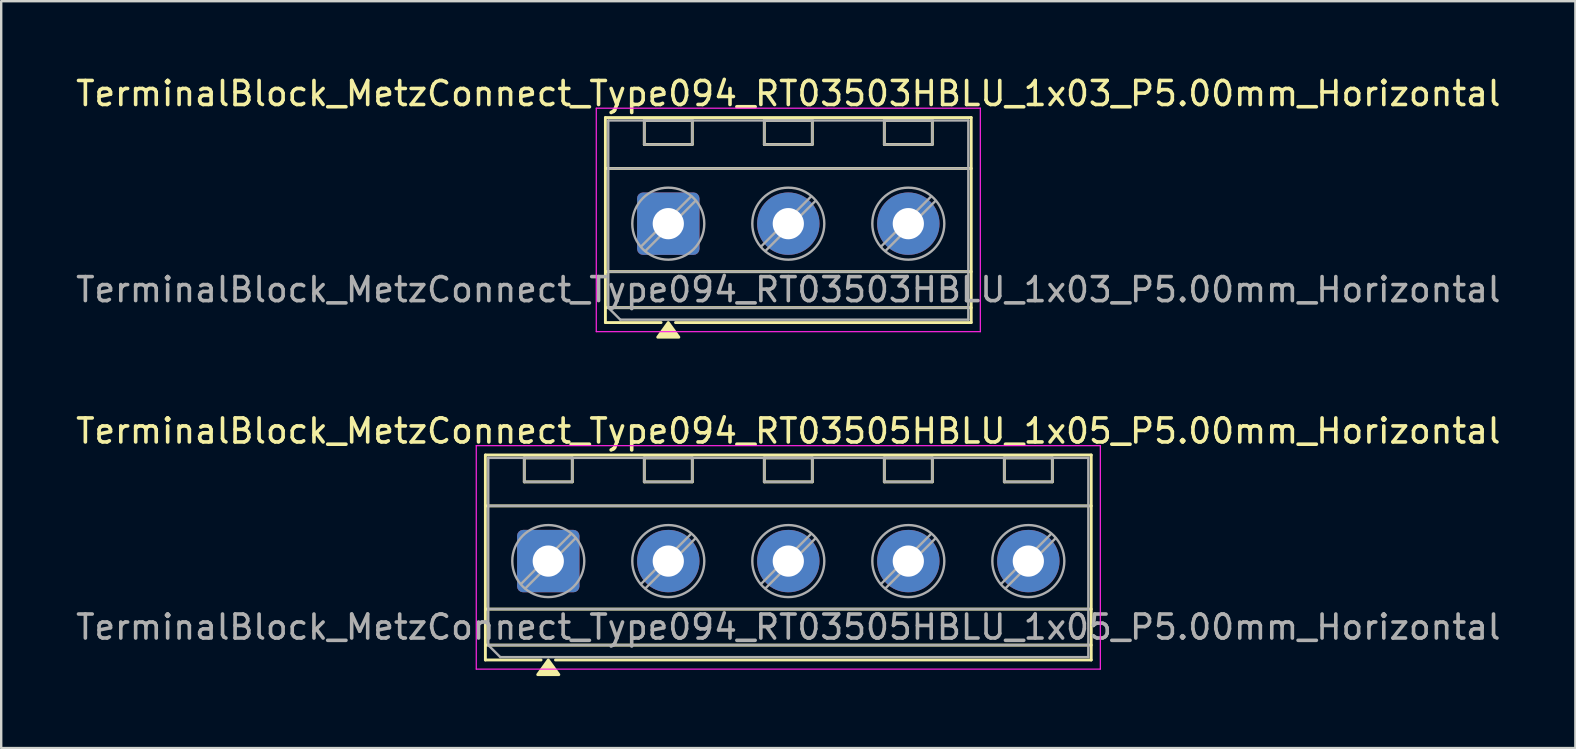
<source format=kicad_pcb>
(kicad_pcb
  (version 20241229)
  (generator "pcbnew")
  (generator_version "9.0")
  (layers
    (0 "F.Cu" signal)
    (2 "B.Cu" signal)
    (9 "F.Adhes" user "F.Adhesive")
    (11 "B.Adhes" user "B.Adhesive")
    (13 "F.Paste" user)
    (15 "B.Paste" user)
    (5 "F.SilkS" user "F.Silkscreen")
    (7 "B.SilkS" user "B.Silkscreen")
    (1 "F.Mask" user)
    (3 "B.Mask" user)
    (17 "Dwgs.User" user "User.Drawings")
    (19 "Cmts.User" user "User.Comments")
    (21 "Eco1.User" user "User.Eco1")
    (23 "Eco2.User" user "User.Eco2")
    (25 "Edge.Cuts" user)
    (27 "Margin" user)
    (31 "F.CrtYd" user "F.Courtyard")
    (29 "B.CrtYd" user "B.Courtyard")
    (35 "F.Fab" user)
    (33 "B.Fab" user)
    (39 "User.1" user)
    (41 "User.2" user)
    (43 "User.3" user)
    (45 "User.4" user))
  (footprint "TerminalBlock_MetzConnect_Type094_RT03503HBLU_1x03_P5.00mm_Horizontal"
    (layer "F.Cu")
    (at 24.792 6.268)
    (property "Reference" "TerminalBlock_MetzConnect_Type094_RT03503HBLU_1x03_P5.00mm_Horizontal" (at 5 -5.42 0) (layer "F.SilkS") (effects (font (size 1 1) (thickness 0.15))))
    (attr through_hole)
    (fp_line (start -2.62 -4.42) (end 12.62 -4.42) (stroke (width 0.12) (type solid)) (layer "F.SilkS"))
    (fp_line (start -2.62 -2.3) (end 12.62 -2.3) (stroke (width 0.12) (type solid)) (layer "F.SilkS"))
    (fp_line (start -2.62 2) (end 12.62 2) (stroke (width 0.12) (type solid)) (layer "F.SilkS"))
    (fp_line (start -2.62 3.5) (end 12.62 3.5) (stroke (width 0.12) (type solid)) (layer "F.SilkS"))
    (fp_line (start -2.62 4.12) (end -2.62 -4.42) (stroke (width 0.12) (type solid)) (layer "F.SilkS"))
    (fp_line (start -1 -4.3) (end 1 -4.3) (stroke (width 0.12) (type solid)) (layer "F.SilkS"))
    (fp_line (start -1 -3.3) (end -1 -4.3) (stroke (width 0.12) (type solid)) (layer "F.SilkS"))
    (fp_line (start -0.3 4.12) (end -2.62 4.12) (stroke (width 0.12) (type solid)) (layer "F.SilkS"))
    (fp_line (start 1 -4.3) (end 1 -3.3) (stroke (width 0.12) (type solid)) (layer "F.SilkS"))
    (fp_line (start 1 -3.3) (end -1 -3.3) (stroke (width 0.12) (type solid)) (layer "F.SilkS"))
    (fp_line (start 4 -4.3) (end 6 -4.3) (stroke (width 0.12) (type solid)) (layer "F.SilkS"))
    (fp_line (start 4 -3.3) (end 4 -4.3) (stroke (width 0.12) (type solid)) (layer "F.SilkS"))
    (fp_line (start 6 -4.3) (end 6 -3.3) (stroke (width 0.12) (type solid)) (layer "F.SilkS"))
    (fp_line (start 6 -3.3) (end 4 -3.3) (stroke (width 0.12) (type solid)) (layer "F.SilkS"))
    (fp_line (start 9 -4.3) (end 11 -4.3) (stroke (width 0.12) (type solid)) (layer "F.SilkS"))
    (fp_line (start 9 -3.3) (end 9 -4.3) (stroke (width 0.12) (type solid)) (layer "F.SilkS"))
    (fp_line (start 11 -4.3) (end 11 -3.3) (stroke (width 0.12) (type solid)) (layer "F.SilkS"))
    (fp_line (start 11 -3.3) (end 9 -3.3) (stroke (width 0.12) (type solid)) (layer "F.SilkS"))
    (fp_line (start 12.62 -4.42) (end 12.62 4.12) (stroke (width 0.12) (type solid)) (layer "F.SilkS"))
    (fp_line (start 12.62 4.12) (end 0.3 4.12) (stroke (width 0.12) (type solid)) (layer "F.SilkS"))
    (fp_poly (pts (xy 0 4.12) (xy 0.44 4.73) (xy -0.44 4.73)) (stroke (width 0.12) (type solid)) (fill yes) (layer "F.SilkS"))
    (fp_line (start -3 -4.81) (end -3 4.5) (stroke (width 0.05) (type solid)) (layer "F.CrtYd"))
    (fp_line (start -3 4.5) (end 13 4.5) (stroke (width 0.05) (type solid)) (layer "F.CrtYd"))
    (fp_line (start 13 -4.81) (end -3 -4.81) (stroke (width 0.05) (type solid)) (layer "F.CrtYd"))
    (fp_line (start 13 4.5) (end 13 -4.81) (stroke (width 0.05) (type solid)) (layer "F.CrtYd"))
    (fp_line (start -2.5 -4.3) (end 12.5 -4.3) (stroke (width 0.1) (type solid)) (layer "F.Fab"))
    (fp_line (start -2.5 -2.3) (end 12.5 -2.3) (stroke (width 0.1) (type solid)) (layer "F.Fab"))
    (fp_line (start -2.5 2) (end 12.5 2) (stroke (width 0.1) (type solid)) (layer "F.Fab"))
    (fp_line (start -2.5 3.5) (end -2.5 -4.3) (stroke (width 0.1) (type solid)) (layer "F.Fab"))
    (fp_line (start -2.5 3.5) (end 12.5 3.5) (stroke (width 0.1) (type solid)) (layer "F.Fab"))
    (fp_line (start -2 4) (end -2.5 3.5) (stroke (width 0.1) (type solid)) (layer "F.Fab"))
    (fp_line (start -1 -4.3) (end -1 -3.3) (stroke (width 0.1) (type solid)) (layer "F.Fab"))
    (fp_line (start -1 -3.3) (end 1 -3.3) (stroke (width 0.1) (type solid)) (layer "F.Fab"))
    (fp_line (start 0.955 -1.138) (end -1.138 0.955) (stroke (width 0.1) (type solid)) (layer "F.Fab"))
    (fp_line (start 1 -4.3) (end -1 -4.3) (stroke (width 0.1) (type solid)) (layer "F.Fab"))
    (fp_line (start 1 -3.3) (end 1 -4.3) (stroke (width 0.1) (type solid)) (layer "F.Fab"))
    (fp_line (start 1.138 -0.955) (end -0.955 1.138) (stroke (width 0.1) (type solid)) (layer "F.Fab"))
    (fp_line (start 4 -4.3) (end 4 -3.3) (stroke (width 0.1) (type solid)) (layer "F.Fab"))
    (fp_line (start 4 -3.3) (end 6 -3.3) (stroke (width 0.1) (type solid)) (layer "F.Fab"))
    (fp_line (start 5.955 -1.138) (end 3.862 0.955) (stroke (width 0.1) (type solid)) (layer "F.Fab"))
    (fp_line (start 6 -4.3) (end 4 -4.3) (stroke (width 0.1) (type solid)) (layer "F.Fab"))
    (fp_line (start 6 -3.3) (end 6 -4.3) (stroke (width 0.1) (type solid)) (layer "F.Fab"))
    (fp_line (start 6.138 -0.955) (end 4.045 1.138) (stroke (width 0.1) (type solid)) (layer "F.Fab"))
    (fp_line (start 9 -4.3) (end 9 -3.3) (stroke (width 0.1) (type solid)) (layer "F.Fab"))
    (fp_line (start 9 -3.3) (end 11 -3.3) (stroke (width 0.1) (type solid)) (layer "F.Fab"))
    (fp_line (start 10.955 -1.138) (end 8.862 0.955) (stroke (width 0.1) (type solid)) (layer "F.Fab"))
    (fp_line (start 11 -4.3) (end 9 -4.3) (stroke (width 0.1) (type solid)) (layer "F.Fab"))
    (fp_line (start 11 -3.3) (end 11 -4.3) (stroke (width 0.1) (type solid)) (layer "F.Fab"))
    (fp_line (start 11.138 -0.955) (end 9.045 1.138) (stroke (width 0.1) (type solid)) (layer "F.Fab"))
    (fp_line (start 12.5 -4.3) (end 12.5 4) (stroke (width 0.1) (type solid)) (layer "F.Fab"))
    (fp_line (start 12.5 4) (end -2 4) (stroke (width 0.1) (type solid)) (layer "F.Fab"))
    (fp_circle (center 0 0) (end 1.5 0) (stroke (width 0.1) (type solid)) (fill no) (layer "F.Fab"))
    (fp_circle (center 5 0) (end 6.5 0) (stroke (width 0.1) (type solid)) (fill no) (layer "F.Fab"))
    (fp_circle (center 10 0) (end 11.5 0) (stroke (width 0.1) (type solid)) (fill no) (layer "F.Fab"))
    (fp_text user "${REFERENCE}" (at 5 2.75 0) (layer "F.Fab") (effects (font (size 1 1) (thickness 0.15))))
    (pad "1" thru_hole roundrect (at 0 0) (size 2.6 2.6) (drill 1.3) (layers "*.Cu" "*.Mask") (roundrect_rratio 0.096))
    (pad "2" thru_hole circle (at 5 0) (size 2.6 2.6) (drill 1.3) (layers "*.Cu" "*.Mask"))
    (pad "3" thru_hole circle (at 10 0) (size 2.6 2.6) (drill 1.3) (layers "*.Cu" "*.Mask")))
  (footprint "TerminalBlock_MetzConnect_Type094_RT03505HBLU_1x05_P5.00mm_Horizontal"
    (layer "F.Cu")
    (at 19.792 20.326)
    (property "Reference" "TerminalBlock_MetzConnect_Type094_RT03505HBLU_1x05_P5.00mm_Horizontal" (at 10 -5.42 0) (layer "F.SilkS") (effects (font (size 1 1) (thickness 0.15))))
    (attr through_hole)
    (fp_line (start -2.62 -4.42) (end 22.62 -4.42) (stroke (width 0.12) (type solid)) (layer "F.SilkS"))
    (fp_line (start -2.62 -2.3) (end 22.62 -2.3) (stroke (width 0.12) (type solid)) (layer "F.SilkS"))
    (fp_line (start -2.62 2) (end 22.62 2) (stroke (width 0.12) (type solid)) (layer "F.SilkS"))
    (fp_line (start -2.62 3.5) (end 22.62 3.5) (stroke (width 0.12) (type solid)) (layer "F.SilkS"))
    (fp_line (start -2.62 4.12) (end -2.62 -4.42) (stroke (width 0.12) (type solid)) (layer "F.SilkS"))
    (fp_line (start -1 -4.3) (end 1 -4.3) (stroke (width 0.12) (type solid)) (layer "F.SilkS"))
    (fp_line (start -1 -3.3) (end -1 -4.3) (stroke (width 0.12) (type solid)) (layer "F.SilkS"))
    (fp_line (start -0.3 4.12) (end -2.62 4.12) (stroke (width 0.12) (type solid)) (layer "F.SilkS"))
    (fp_line (start 1 -4.3) (end 1 -3.3) (stroke (width 0.12) (type solid)) (layer "F.SilkS"))
    (fp_line (start 1 -3.3) (end -1 -3.3) (stroke (width 0.12) (type solid)) (layer "F.SilkS"))
    (fp_line (start 4 -4.3) (end 6 -4.3) (stroke (width 0.12) (type solid)) (layer "F.SilkS"))
    (fp_line (start 4 -3.3) (end 4 -4.3) (stroke (width 0.12) (type solid)) (layer "F.SilkS"))
    (fp_line (start 6 -4.3) (end 6 -3.3) (stroke (width 0.12) (type solid)) (layer "F.SilkS"))
    (fp_line (start 6 -3.3) (end 4 -3.3) (stroke (width 0.12) (type solid)) (layer "F.SilkS"))
    (fp_line (start 9 -4.3) (end 11 -4.3) (stroke (width 0.12) (type solid)) (layer "F.SilkS"))
    (fp_line (start 9 -3.3) (end 9 -4.3) (stroke (width 0.12) (type solid)) (layer "F.SilkS"))
    (fp_line (start 11 -4.3) (end 11 -3.3) (stroke (width 0.12) (type solid)) (layer "F.SilkS"))
    (fp_line (start 11 -3.3) (end 9 -3.3) (stroke (width 0.12) (type solid)) (layer "F.SilkS"))
    (fp_line (start 14 -4.3) (end 16 -4.3) (stroke (width 0.12) (type solid)) (layer "F.SilkS"))
    (fp_line (start 14 -3.3) (end 14 -4.3) (stroke (width 0.12) (type solid)) (layer "F.SilkS"))
    (fp_line (start 16 -4.3) (end 16 -3.3) (stroke (width 0.12) (type solid)) (layer "F.SilkS"))
    (fp_line (start 16 -3.3) (end 14 -3.3) (stroke (width 0.12) (type solid)) (layer "F.SilkS"))
    (fp_line (start 19 -4.3) (end 21 -4.3) (stroke (width 0.12) (type solid)) (layer "F.SilkS"))
    (fp_line (start 19 -3.3) (end 19 -4.3) (stroke (width 0.12) (type solid)) (layer "F.SilkS"))
    (fp_line (start 21 -4.3) (end 21 -3.3) (stroke (width 0.12) (type solid)) (layer "F.SilkS"))
    (fp_line (start 21 -3.3) (end 19 -3.3) (stroke (width 0.12) (type solid)) (layer "F.SilkS"))
    (fp_line (start 22.62 -4.42) (end 22.62 4.12) (stroke (width 0.12) (type solid)) (layer "F.SilkS"))
    (fp_line (start 22.62 4.12) (end 0.3 4.12) (stroke (width 0.12) (type solid)) (layer "F.SilkS"))
    (fp_poly (pts (xy 0 4.12) (xy 0.44 4.73) (xy -0.44 4.73)) (stroke (width 0.12) (type solid)) (fill yes) (layer "F.SilkS"))
    (fp_line (start -3 -4.81) (end -3 4.5) (stroke (width 0.05) (type solid)) (layer "F.CrtYd"))
    (fp_line (start -3 4.5) (end 23 4.5) (stroke (width 0.05) (type solid)) (layer "F.CrtYd"))
    (fp_line (start 23 -4.81) (end -3 -4.81) (stroke (width 0.05) (type solid)) (layer "F.CrtYd"))
    (fp_line (start 23 4.5) (end 23 -4.81) (stroke (width 0.05) (type solid)) (layer "F.CrtYd"))
    (fp_line (start -2.5 -4.3) (end 22.5 -4.3) (stroke (width 0.1) (type solid)) (layer "F.Fab"))
    (fp_line (start -2.5 -2.3) (end 22.5 -2.3) (stroke (width 0.1) (type solid)) (layer "F.Fab"))
    (fp_line (start -2.5 2) (end 22.5 2) (stroke (width 0.1) (type solid)) (layer "F.Fab"))
    (fp_line (start -2.5 3.5) (end -2.5 -4.3) (stroke (width 0.1) (type solid)) (layer "F.Fab"))
    (fp_line (start -2.5 3.5) (end 22.5 3.5) (stroke (width 0.1) (type solid)) (layer "F.Fab"))
    (fp_line (start -2 4) (end -2.5 3.5) (stroke (width 0.1) (type solid)) (layer "F.Fab"))
    (fp_line (start -1 -4.3) (end -1 -3.3) (stroke (width 0.1) (type solid)) (layer "F.Fab"))
    (fp_line (start -1 -3.3) (end 1 -3.3) (stroke (width 0.1) (type solid)) (layer "F.Fab"))
    (fp_line (start 0.955 -1.138) (end -1.138 0.955) (stroke (width 0.1) (type solid)) (layer "F.Fab"))
    (fp_line (start 1 -4.3) (end -1 -4.3) (stroke (width 0.1) (type solid)) (layer "F.Fab"))
    (fp_line (start 1 -3.3) (end 1 -4.3) (stroke (width 0.1) (type solid)) (layer "F.Fab"))
    (fp_line (start 1.138 -0.955) (end -0.955 1.138) (stroke (width 0.1) (type solid)) (layer "F.Fab"))
    (fp_line (start 4 -4.3) (end 4 -3.3) (stroke (width 0.1) (type solid)) (layer "F.Fab"))
    (fp_line (start 4 -3.3) (end 6 -3.3) (stroke (width 0.1) (type solid)) (layer "F.Fab"))
    (fp_line (start 5.955 -1.138) (end 3.862 0.955) (stroke (width 0.1) (type solid)) (layer "F.Fab"))
    (fp_line (start 6 -4.3) (end 4 -4.3) (stroke (width 0.1) (type solid)) (layer "F.Fab"))
    (fp_line (start 6 -3.3) (end 6 -4.3) (stroke (width 0.1) (type solid)) (layer "F.Fab"))
    (fp_line (start 6.138 -0.955) (end 4.045 1.138) (stroke (width 0.1) (type solid)) (layer "F.Fab"))
    (fp_line (start 9 -4.3) (end 9 -3.3) (stroke (width 0.1) (type solid)) (layer "F.Fab"))
    (fp_line (start 9 -3.3) (end 11 -3.3) (stroke (width 0.1) (type solid)) (layer "F.Fab"))
    (fp_line (start 10.955 -1.138) (end 8.862 0.955) (stroke (width 0.1) (type solid)) (layer "F.Fab"))
    (fp_line (start 11 -4.3) (end 9 -4.3) (stroke (width 0.1) (type solid)) (layer "F.Fab"))
    (fp_line (start 11 -3.3) (end 11 -4.3) (stroke (width 0.1) (type solid)) (layer "F.Fab"))
    (fp_line (start 11.138 -0.955) (end 9.045 1.138) (stroke (width 0.1) (type solid)) (layer "F.Fab"))
    (fp_line (start 14 -4.3) (end 14 -3.3) (stroke (width 0.1) (type solid)) (layer "F.Fab"))
    (fp_line (start 14 -3.3) (end 16 -3.3) (stroke (width 0.1) (type solid)) (layer "F.Fab"))
    (fp_line (start 15.955 -1.138) (end 13.862 0.955) (stroke (width 0.1) (type solid)) (layer "F.Fab"))
    (fp_line (start 16 -4.3) (end 14 -4.3) (stroke (width 0.1) (type solid)) (layer "F.Fab"))
    (fp_line (start 16 -3.3) (end 16 -4.3) (stroke (width 0.1) (type solid)) (layer "F.Fab"))
    (fp_line (start 16.138 -0.955) (end 14.045 1.138) (stroke (width 0.1) (type solid)) (layer "F.Fab"))
    (fp_line (start 19 -4.3) (end 19 -3.3) (stroke (width 0.1) (type solid)) (layer "F.Fab"))
    (fp_line (start 19 -3.3) (end 21 -3.3) (stroke (width 0.1) (type solid)) (layer "F.Fab"))
    (fp_line (start 20.955 -1.138) (end 18.862 0.955) (stroke (width 0.1) (type solid)) (layer "F.Fab"))
    (fp_line (start 21 -4.3) (end 19 -4.3) (stroke (width 0.1) (type solid)) (layer "F.Fab"))
    (fp_line (start 21 -3.3) (end 21 -4.3) (stroke (width 0.1) (type solid)) (layer "F.Fab"))
    (fp_line (start 21.138 -0.955) (end 19.045 1.138) (stroke (width 0.1) (type solid)) (layer "F.Fab"))
    (fp_line (start 22.5 -4.3) (end 22.5 4) (stroke (width 0.1) (type solid)) (layer "F.Fab"))
    (fp_line (start 22.5 4) (end -2 4) (stroke (width 0.1) (type solid)) (layer "F.Fab"))
    (fp_circle (center 0 0) (end 1.5 0) (stroke (width 0.1) (type solid)) (fill no) (layer "F.Fab"))
    (fp_circle (center 5 0) (end 6.5 0) (stroke (width 0.1) (type solid)) (fill no) (layer "F.Fab"))
    (fp_circle (center 10 0) (end 11.5 0) (stroke (width 0.1) (type solid)) (fill no) (layer "F.Fab"))
    (fp_circle (center 15 0) (end 16.5 0) (stroke (width 0.1) (type solid)) (fill no) (layer "F.Fab"))
    (fp_circle (center 20 0) (end 21.5 0) (stroke (width 0.1) (type solid)) (fill no) (layer "F.Fab"))
    (fp_text user "${REFERENCE}" (at 10 2.75 0) (layer "F.Fab") (effects (font (size 1 1) (thickness 0.15))))
    (pad "1" thru_hole roundrect (at 0 0) (size 2.6 2.6) (drill 1.3) (layers "*.Cu" "*.Mask") (roundrect_rratio 0.096))
    (pad "2" thru_hole circle (at 5 0) (size 2.6 2.6) (drill 1.3) (layers "*.Cu" "*.Mask"))
    (pad "3" thru_hole circle (at 10 0) (size 2.6 2.6) (drill 1.3) (layers "*.Cu" "*.Mask"))
    (pad "4" thru_hole circle (at 15 0) (size 2.6 2.6) (drill 1.3) (layers "*.Cu" "*.Mask"))
    (pad "5" thru_hole circle (at 20 0) (size 2.6 2.6) (drill 1.3) (layers "*.Cu" "*.Mask")))
  (gr_rect
    (start -3 -3)
    (end 62.583 28.116)
    (stroke (width 0.1) (type default))
    (fill no)
    (layer "Edge.Cuts")))
</source>
